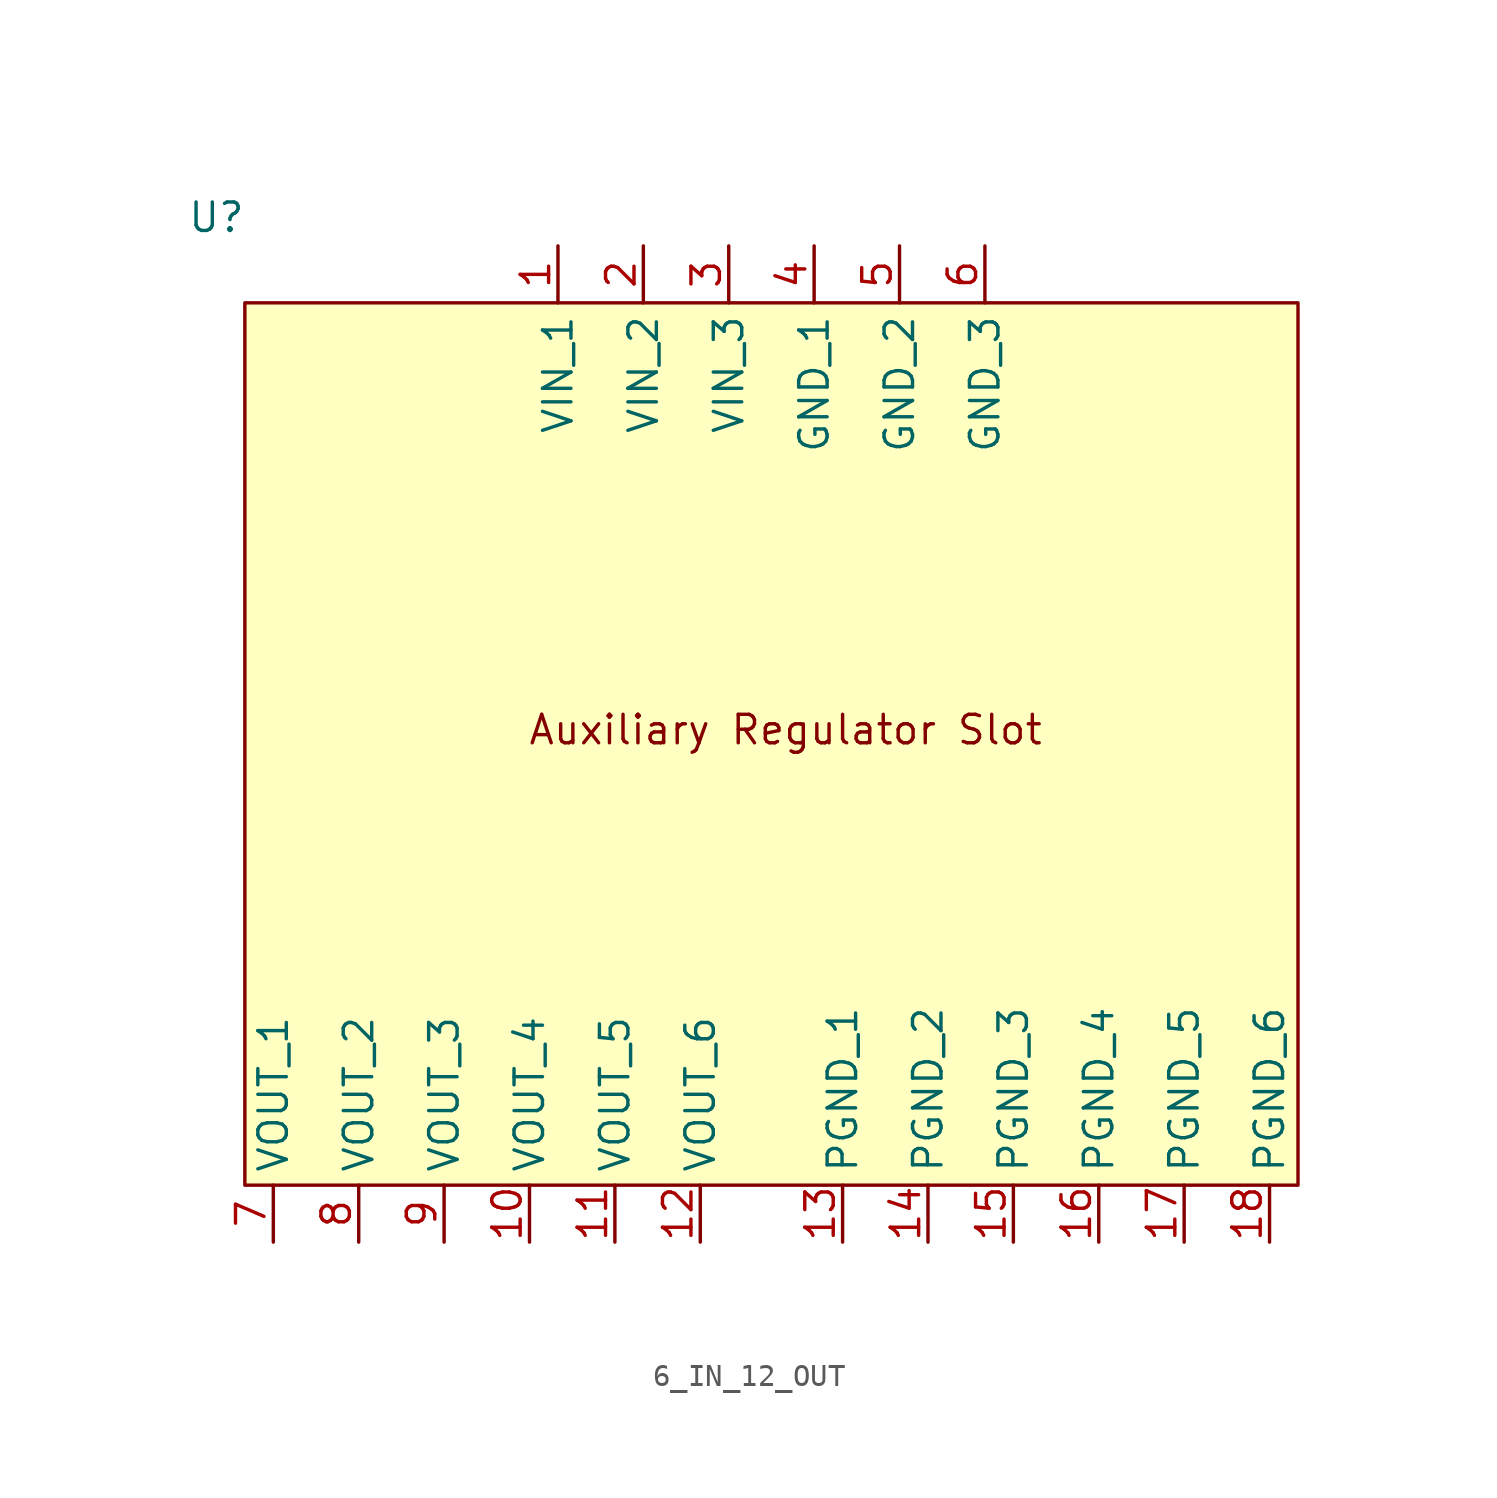
<source format=kicad_sym>
(kicad_symbol_lib
  (version 20220914)
  (generator kicad_symbol_editor)
  (symbol "6_IN_12_OUT"
    (property "Reference" "U"
      (at 0 0 0)
      (effects (font (size 1.27 1.27))))
    (property "Value" ""
      (at 0 0 0)
      (effects (font (size 1.27 1.27))))
    (symbol "6_IN_12_OUT_1_1"
      (rectangle (start 1.27 -3.81) (end 48.26 -43.18) (stroke (width 0) (type default)) (fill (type background)))
      (text "Auxiliary Regulator Slot" (at 25.4 -22.86 0) (effects (font (size 1.27 1.27))))
      (pin power_in line (at 15.24 -1.27 270) (length 2.54) (name "VIN_1" (effects (font (size 1.27 1.27)))) (number "1" (effects (font (size 1.27 1.27)))))
      (pin power_out line (at 13.97 -45.72 90) (length 2.54) (name "VOUT_4" (effects (font (size 1.27 1.27)))) (number "10" (effects (font (size 1.27 1.27)))))
      (pin power_out line (at 17.78 -45.72 90) (length 2.54) (name "VOUT_5" (effects (font (size 1.27 1.27)))) (number "11" (effects (font (size 1.27 1.27)))))
      (pin power_out line (at 21.59 -45.72 90) (length 2.54) (name "VOUT_6" (effects (font (size 1.27 1.27)))) (number "12" (effects (font (size 1.27 1.27)))))
      (pin power_out line (at 27.94 -45.72 90) (length 2.54) (name "PGND_1" (effects (font (size 1.27 1.27)))) (number "13" (effects (font (size 1.27 1.27)))))
      (pin power_out line (at 31.75 -45.72 90) (length 2.54) (name "PGND_2" (effects (font (size 1.27 1.27)))) (number "14" (effects (font (size 1.27 1.27)))))
      (pin power_out line (at 35.56 -45.72 90) (length 2.54) (name "PGND_3" (effects (font (size 1.27 1.27)))) (number "15" (effects (font (size 1.27 1.27)))))
      (pin power_out line (at 39.37 -45.72 90) (length 2.54) (name "PGND_4" (effects (font (size 1.27 1.27)))) (number "16" (effects (font (size 1.27 1.27)))))
      (pin power_out line (at 43.18 -45.72 90) (length 2.54) (name "PGND_5" (effects (font (size 1.27 1.27)))) (number "17" (effects (font (size 1.27 1.27)))))
      (pin power_out line (at 46.99 -45.72 90) (length 2.54) (name "PGND_6" (effects (font (size 1.27 1.27)))) (number "18" (effects (font (size 1.27 1.27)))))
      (pin power_in line (at 19.05 -1.27 270) (length 2.54) (name "VIN_2" (effects (font (size 1.27 1.27)))) (number "2" (effects (font (size 1.27 1.27)))))
      (pin power_in line (at 22.86 -1.27 270) (length 2.54) (name "VIN_3" (effects (font (size 1.27 1.27)))) (number "3" (effects (font (size 1.27 1.27)))))
      (pin power_in line (at 26.67 -1.27 270) (length 2.54) (name "GND_1" (effects (font (size 1.27 1.27)))) (number "4" (effects (font (size 1.27 1.27)))))
      (pin power_in line (at 30.48 -1.27 270) (length 2.54) (name "GND_2" (effects (font (size 1.27 1.27)))) (number "5" (effects (font (size 1.27 1.27)))))
      (pin power_in line (at 34.29 -1.27 270) (length 2.54) (name "GND_3" (effects (font (size 1.27 1.27)))) (number "6" (effects (font (size 1.27 1.27)))))
      (pin power_out line (at 2.54 -45.72 90) (length 2.54) (name "VOUT_1" (effects (font (size 1.27 1.27)))) (number "7" (effects (font (size 1.27 1.27)))))
      (pin power_out line (at 6.35 -45.72 90) (length 2.54) (name "VOUT_2" (effects (font (size 1.27 1.27)))) (number "8" (effects (font (size 1.27 1.27)))))
      (pin power_out line (at 10.16 -45.72 90) (length 2.54) (name "VOUT_3" (effects (font (size 1.27 1.27)))) (number "9" (effects (font (size 1.27 1.27))))))))
</source>
